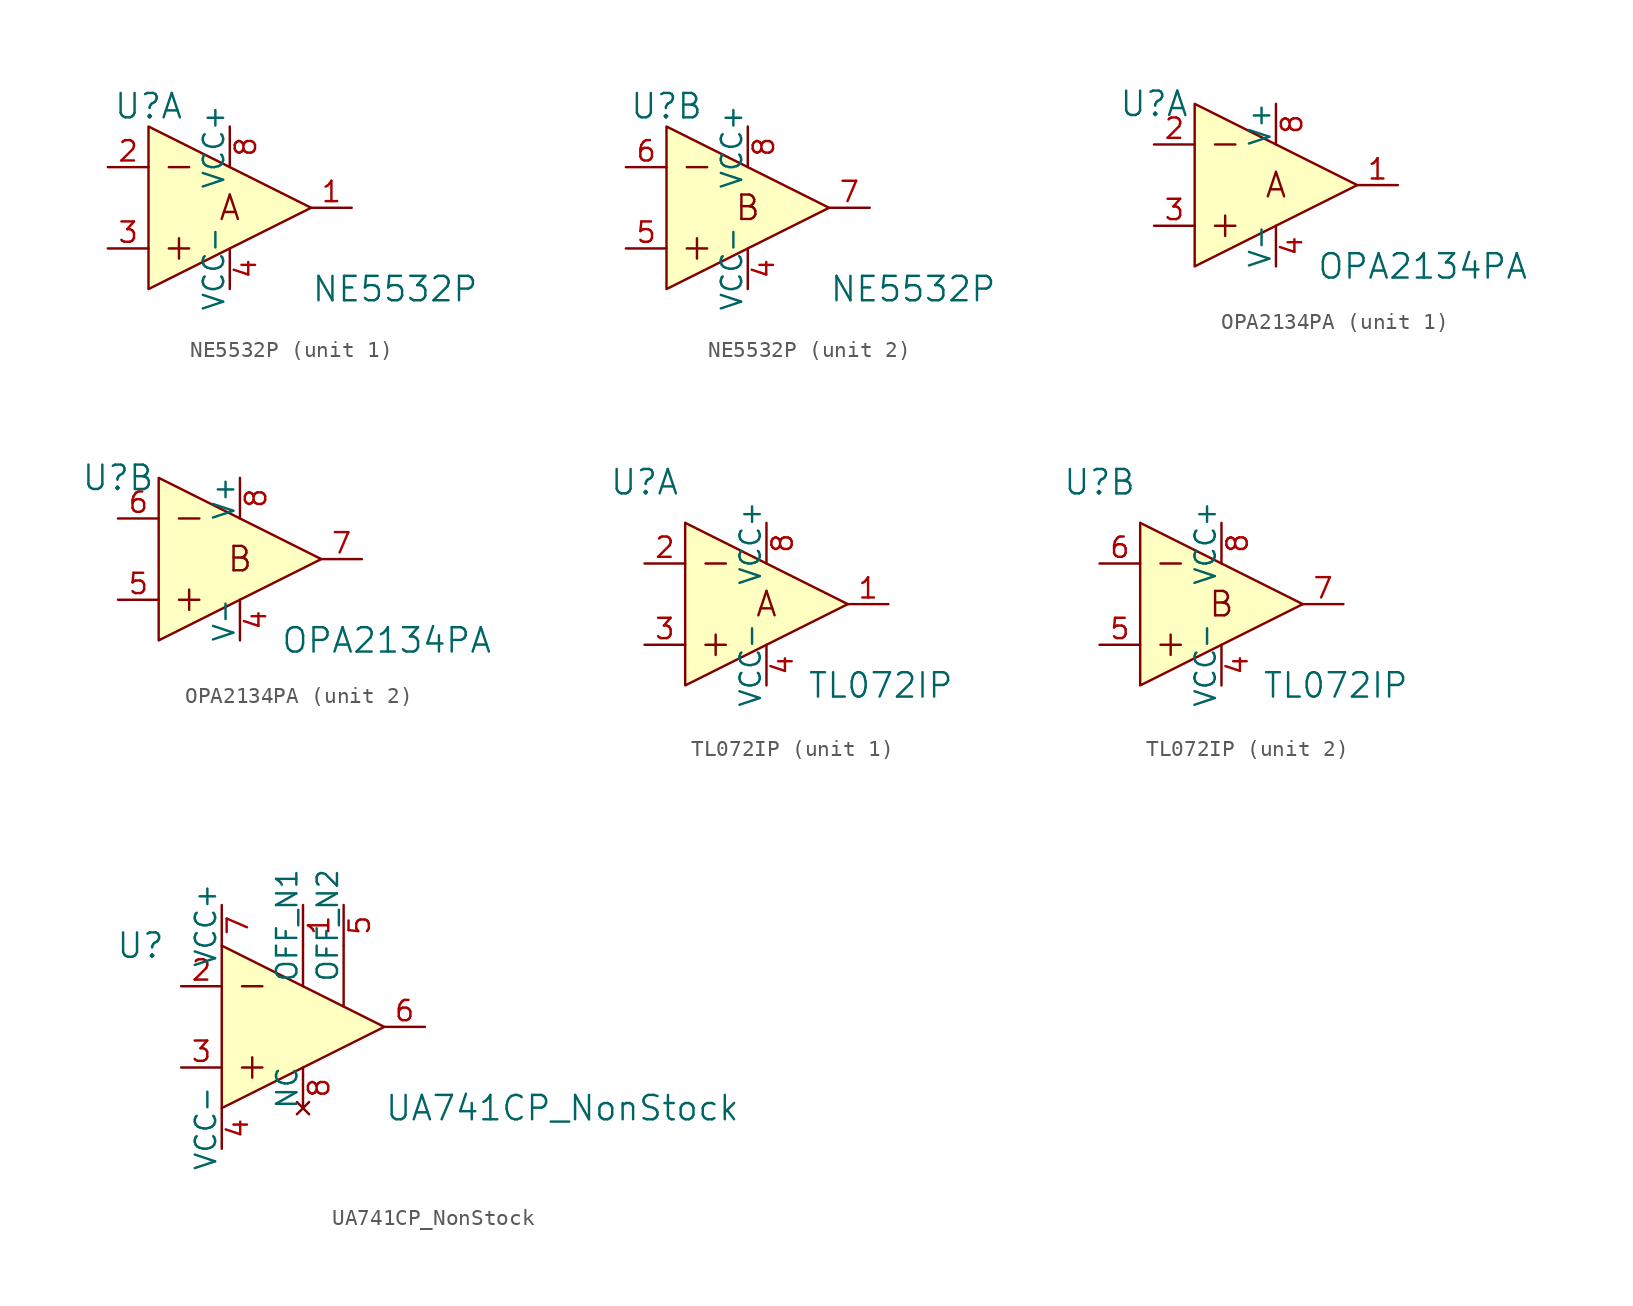
<source format=kicad_sym>
(kicad_symbol_lib
  (version 20220914)
  (generator kicad_symbol_editor)
  (symbol "NE5532P"
    (pin_names
      (offset 0))
    (property "Reference" "U"
      (at -5.08 6.35 0)
      (effects (font (size 1.524 1.524))))
    (property "Value" "NE5532P"
      (at 5.08 -5.08 0)
      (effects (font (size 1.524 1.524)) (justify left)))
    (property "ki_locked" ""
      (at 0 0 0)
      (effects (font (size 1.27 1.27))))
    (symbol "NE5532P_0_0"
      (polyline (pts (xy -3.81 -2.54) (xy -2.54 -2.54)) (stroke (width 0) (type default)) (fill (type none)))
      (polyline (pts (xy -3.81 2.54) (xy -2.54 2.54)) (stroke (width 0) (type default)) (fill (type none)))
      (polyline (pts (xy -3.175 -1.905) (xy -3.175 -3.175)) (stroke (width 0) (type default)) (fill (type none)))
      (polyline (pts (xy -5.08 5.08) (xy -5.08 -5.08) (xy 5.08 0) (xy -5.08 5.08)) (stroke (width 0) (type default)) (fill (type background))))
    (symbol "NE5532P_1_0"
      (text "A" (at 0 0 0) (effects (font (size 1.524 1.524)))))
    (symbol "NE5532P_1_1"
      (pin output line (at 7.62 0 180) (length 2.54) (name "~" (effects (font (size 1.27 1.27)))) (number "1" (effects (font (size 1.27 1.27)))))
      (pin input line (at -7.62 2.54 0) (length 2.54) (name "~" (effects (font (size 1.27 1.27)))) (number "2" (effects (font (size 1.27 1.27)))))
      (pin input line (at -7.62 -2.54 0) (length 2.54) (name "~" (effects (font (size 1.27 1.27)))) (number "3" (effects (font (size 1.27 1.27)))))
      (pin power_in line (at 0 -5.08 90) (length 2.54) (name "VCC-" (effects (font (size 1.27 1.27)))) (number "4" (effects (font (size 1.27 1.27)))))
      (pin power_in line (at 0 5.08 270) (length 2.54) (name "VCC+" (effects (font (size 1.27 1.27)))) (number "8" (effects (font (size 1.27 1.27))))))
    (symbol "NE5532P_2_0"
      (text "B" (at 0 0 0) (effects (font (size 1.524 1.524)))))
    (symbol "NE5532P_2_1"
      (pin power_in line (at 0 -5.08 90) (length 2.54) (name "VCC-" (effects (font (size 1.27 1.27)))) (number "4" (effects (font (size 1.27 1.27)))))
      (pin input line (at -7.62 -2.54 0) (length 2.54) (name "~" (effects (font (size 1.27 1.27)))) (number "5" (effects (font (size 1.27 1.27)))))
      (pin input line (at -7.62 2.54 0) (length 2.54) (name "~" (effects (font (size 1.27 1.27)))) (number "6" (effects (font (size 1.27 1.27)))))
      (pin output line (at 7.62 0 180) (length 2.54) (name "~" (effects (font (size 1.27 1.27)))) (number "7" (effects (font (size 1.27 1.27)))))
      (pin power_in line (at 0 5.08 270) (length 2.54) (name "VCC+" (effects (font (size 1.27 1.27)))) (number "8" (effects (font (size 1.27 1.27)))))))
  (symbol "OPA2134PA"
    (pin_names
      (offset 0))
    (property "Reference" "U"
      (at -7.62 5.08 0)
      (effects (font (size 1.524 1.524))))
    (property "Value" "OPA2134PA"
      (at 2.54 -5.08 0)
      (effects (font (size 1.524 1.524)) (justify left)))
    (property "ki_locked" ""
      (at 0 0 0)
      (effects (font (size 1.27 1.27))))
    (symbol "OPA2134PA_0_0"
      (polyline (pts (xy -3.81 -2.54) (xy -2.54 -2.54)) (stroke (width 0) (type default)) (fill (type none)))
      (polyline (pts (xy -3.81 2.54) (xy -2.54 2.54)) (stroke (width 0) (type default)) (fill (type none)))
      (polyline (pts (xy -3.175 -1.905) (xy -3.175 -3.175)) (stroke (width 0) (type default)) (fill (type none)))
      (polyline (pts (xy -5.08 5.08) (xy -5.08 -5.08) (xy 5.08 0) (xy -5.08 5.08)) (stroke (width 0) (type default)) (fill (type background))))
    (symbol "OPA2134PA_1_0"
      (text "A" (at 0 0 0) (effects (font (size 1.524 1.524)))))
    (symbol "OPA2134PA_1_1"
      (pin output line (at 7.62 0 180) (length 2.54) (name "~" (effects (font (size 1.27 1.27)))) (number "1" (effects (font (size 1.27 1.27)))))
      (pin input line (at -7.62 2.54 0) (length 2.54) (name "~" (effects (font (size 1.27 1.27)))) (number "2" (effects (font (size 1.27 1.27)))))
      (pin input line (at -7.62 -2.54 0) (length 2.54) (name "~" (effects (font (size 1.27 1.27)))) (number "3" (effects (font (size 1.27 1.27)))))
      (pin power_in line (at 0 -5.08 90) (length 2.54) (name "V-" (effects (font (size 1.27 1.27)))) (number "4" (effects (font (size 1.27 1.27)))))
      (pin power_in line (at 0 5.08 270) (length 2.54) (name "V+" (effects (font (size 1.27 1.27)))) (number "8" (effects (font (size 1.27 1.27))))))
    (symbol "OPA2134PA_2_0"
      (text "B" (at 0 0 0) (effects (font (size 1.524 1.524)))))
    (symbol "OPA2134PA_2_1"
      (pin power_in line (at 0 -5.08 90) (length 2.54) (name "V-" (effects (font (size 1.27 1.27)))) (number "4" (effects (font (size 1.27 1.27)))))
      (pin input line (at -7.62 -2.54 0) (length 2.54) (name "~" (effects (font (size 1.27 1.27)))) (number "5" (effects (font (size 1.27 1.27)))))
      (pin input line (at -7.62 2.54 0) (length 2.54) (name "~" (effects (font (size 1.27 1.27)))) (number "6" (effects (font (size 1.27 1.27)))))
      (pin output line (at 7.62 0 180) (length 2.54) (name "~" (effects (font (size 1.27 1.27)))) (number "7" (effects (font (size 1.27 1.27)))))
      (pin power_in line (at 0 5.08 270) (length 2.54) (name "V+" (effects (font (size 1.27 1.27)))) (number "8" (effects (font (size 1.27 1.27)))))))
  (symbol "TL072IP"
    (pin_names
      (offset 0))
    (property "Reference" "U"
      (at -7.62 7.62 0)
      (effects (font (size 1.524 1.524))))
    (property "Value" "TL072IP"
      (at 2.54 -5.08 0)
      (effects (font (size 1.524 1.524)) (justify left)))
    (property "ki_locked" ""
      (at 0 0 0)
      (effects (font (size 1.27 1.27))))
    (symbol "TL072IP_0_1"
      (polyline (pts (xy -5.08 5.08) (xy 5.08 0)) (stroke (width 0) (type default)) (fill (type none)))
      (polyline (pts (xy -3.81 -2.54) (xy -2.54 -2.54)) (stroke (width 0) (type default)) (fill (type none)))
      (polyline (pts (xy -3.81 2.54) (xy -2.54 2.54)) (stroke (width 0) (type default)) (fill (type none)))
      (polyline (pts (xy -3.175 -1.905) (xy -3.175 -3.175)) (stroke (width 0) (type default)) (fill (type none)))
      (polyline (pts (xy -5.08 5.08) (xy -5.08 -5.08) (xy 5.08 0)) (stroke (width 0) (type default)) (fill (type background))))
    (symbol "TL072IP_1_0"
      (text "A" (at 0 0 0) (effects (font (size 1.524 1.524)))))
    (symbol "TL072IP_1_1"
      (pin output line (at 7.62 0 180) (length 2.54) (name "~" (effects (font (size 1.27 1.27)))) (number "1" (effects (font (size 1.27 1.27)))))
      (pin input line (at -7.62 2.54 0) (length 2.54) (name "~" (effects (font (size 1.27 1.27)))) (number "2" (effects (font (size 1.27 1.27)))))
      (pin input line (at -7.62 -2.54 0) (length 2.54) (name "~" (effects (font (size 1.27 1.27)))) (number "3" (effects (font (size 1.27 1.27)))))
      (pin power_in line (at 0 -5.08 90) (length 2.54) (name "VCC-" (effects (font (size 1.27 1.27)))) (number "4" (effects (font (size 1.27 1.27)))))
      (pin power_in line (at 0 5.08 270) (length 2.54) (name "VCC+" (effects (font (size 1.27 1.27)))) (number "8" (effects (font (size 1.27 1.27))))))
    (symbol "TL072IP_2_0"
      (text "B" (at 0 0 0) (effects (font (size 1.524 1.524)))))
    (symbol "TL072IP_2_1"
      (pin power_in line (at 0 -5.08 90) (length 2.54) (name "VCC-" (effects (font (size 1.27 1.27)))) (number "4" (effects (font (size 1.27 1.27)))))
      (pin input line (at -7.62 -2.54 0) (length 2.54) (name "~" (effects (font (size 1.27 1.27)))) (number "5" (effects (font (size 1.27 1.27)))))
      (pin input line (at -7.62 2.54 0) (length 2.54) (name "~" (effects (font (size 1.27 1.27)))) (number "6" (effects (font (size 1.27 1.27)))))
      (pin output line (at 7.62 0 180) (length 2.54) (name "~" (effects (font (size 1.27 1.27)))) (number "7" (effects (font (size 1.27 1.27)))))
      (pin power_in line (at 0 5.08 270) (length 2.54) (name "VCC+" (effects (font (size 1.27 1.27)))) (number "8" (effects (font (size 1.27 1.27)))))))
  (symbol "UA741CP_NonStock"
    (pin_names
      (offset 0))
    (property "Reference" "U"
      (at -10.16 5.08 0)
      (effects (font (size 1.524 1.524))))
    (property "Value" "UA741CP_NonStock"
      (at 5.08 -5.08 0)
      (effects (font (size 1.524 1.524)) (justify left)))
    (symbol "UA741CP_NonStock_1_0"
      (polyline (pts (xy -3.81 -2.54) (xy -2.54 -2.54)) (stroke (width 0) (type default)) (fill (type none)))
      (polyline (pts (xy -3.81 2.54) (xy -2.54 2.54)) (stroke (width 0) (type default)) (fill (type none)))
      (polyline (pts (xy -3.175 -1.905) (xy -3.175 -3.175)) (stroke (width 0) (type default)) (fill (type none)))
      (polyline (pts (xy 0 5.08) (xy 0 2.54)) (stroke (width 0) (type default)) (fill (type none)))
      (polyline (pts (xy 2.54 5.08) (xy 2.54 1.27)) (stroke (width 0) (type default)) (fill (type none)))
      (polyline (pts (xy -5.08 5.08) (xy -5.08 -5.08) (xy 5.08 0) (xy -5.08 5.08)) (stroke (width 0) (type default)) (fill (type background))))
    (symbol "UA741CP_NonStock_1_1"
      (pin input line (at 0 7.62 270) (length 2.54) (name "OFF_N1" (effects (font (size 1.27 1.27)))) (number "1" (effects (font (size 1.27 1.27)))))
      (pin input line (at -7.62 2.54 0) (length 2.54) (name "~" (effects (font (size 1.27 1.27)))) (number "2" (effects (font (size 1.27 1.27)))))
      (pin input line (at -7.62 -2.54 0) (length 2.54) (name "~" (effects (font (size 1.27 1.27)))) (number "3" (effects (font (size 1.27 1.27)))))
      (pin power_in line (at -5.08 -7.62 90) (length 2.54) (name "VCC-" (effects (font (size 1.27 1.27)))) (number "4" (effects (font (size 1.27 1.27)))))
      (pin input line (at 2.54 7.62 270) (length 2.54) (name "OFF_N2" (effects (font (size 1.27 1.27)))) (number "5" (effects (font (size 1.27 1.27)))))
      (pin output line (at 7.62 0 180) (length 2.54) (name "~" (effects (font (size 1.27 1.27)))) (number "6" (effects (font (size 1.27 1.27)))))
      (pin power_in line (at -5.08 7.62 270) (length 2.54) (name "VCC+" (effects (font (size 1.27 1.27)))) (number "7" (effects (font (size 1.27 1.27)))))
      (pin no_connect line (at 0 -5.08 90) (length 2.54) (name "NC" (effects (font (size 1.27 1.27)))) (number "8" (effects (font (size 1.27 1.27))))))))
</source>
